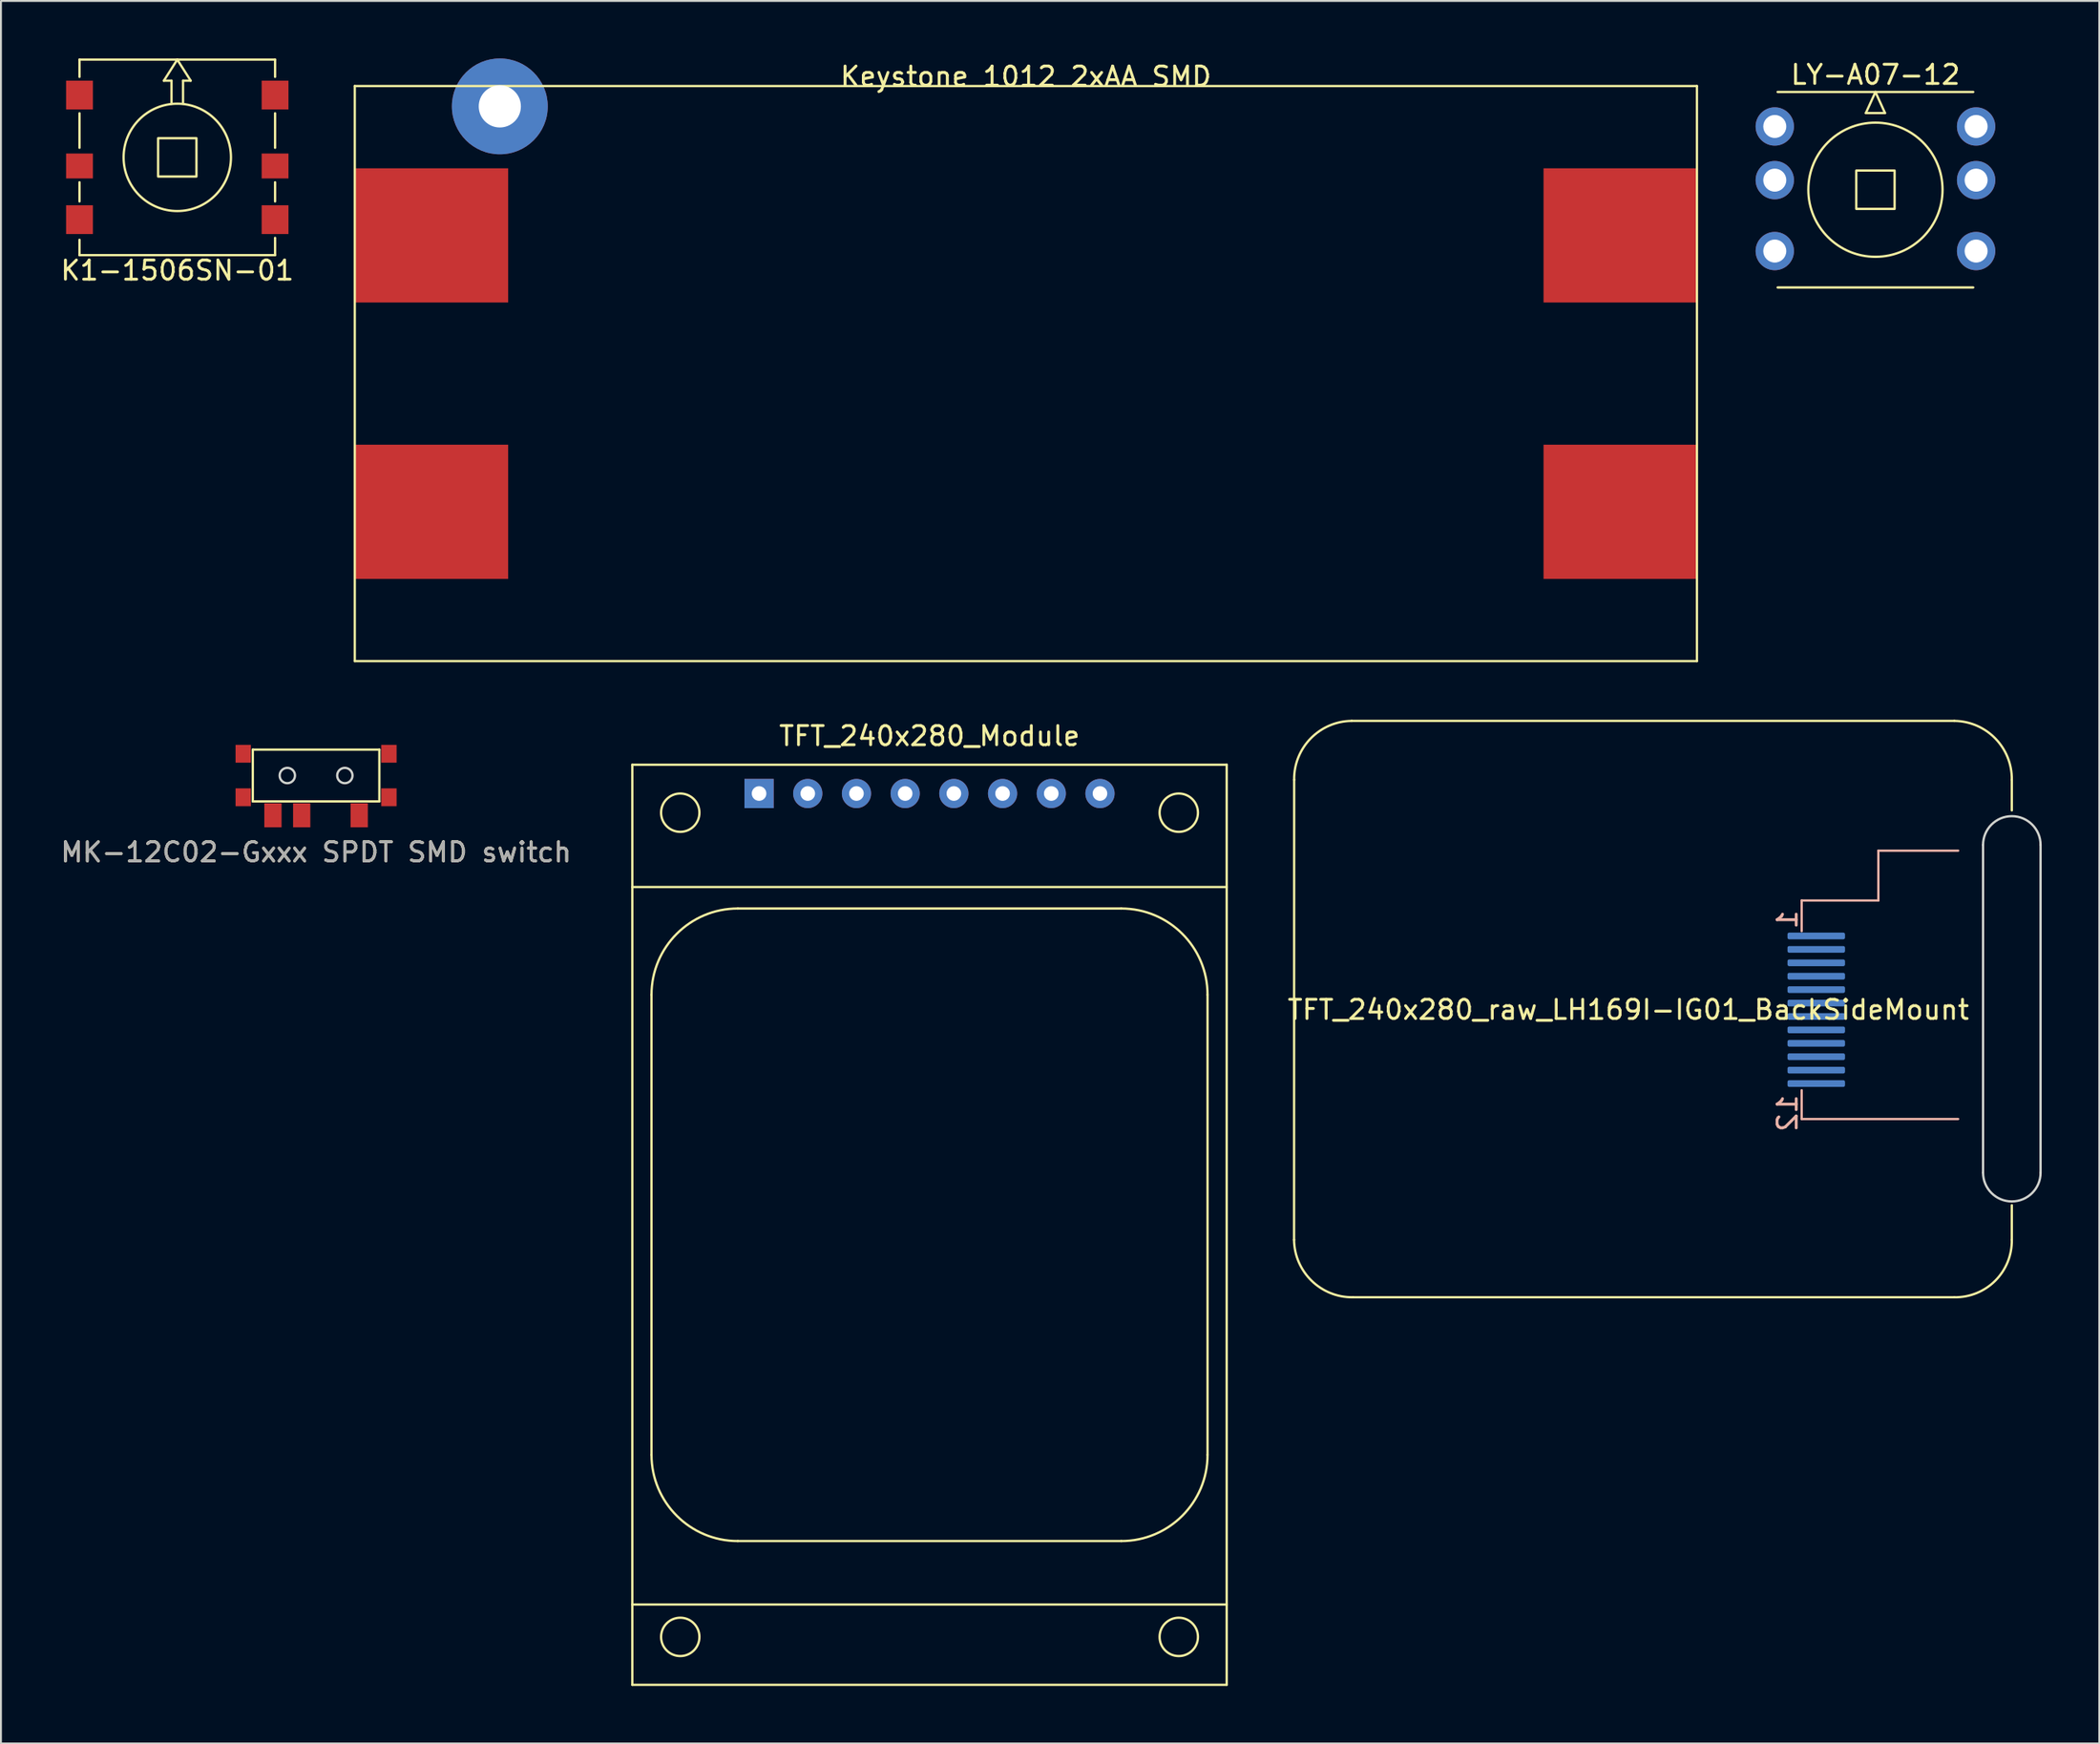
<source format=kicad_pcb>
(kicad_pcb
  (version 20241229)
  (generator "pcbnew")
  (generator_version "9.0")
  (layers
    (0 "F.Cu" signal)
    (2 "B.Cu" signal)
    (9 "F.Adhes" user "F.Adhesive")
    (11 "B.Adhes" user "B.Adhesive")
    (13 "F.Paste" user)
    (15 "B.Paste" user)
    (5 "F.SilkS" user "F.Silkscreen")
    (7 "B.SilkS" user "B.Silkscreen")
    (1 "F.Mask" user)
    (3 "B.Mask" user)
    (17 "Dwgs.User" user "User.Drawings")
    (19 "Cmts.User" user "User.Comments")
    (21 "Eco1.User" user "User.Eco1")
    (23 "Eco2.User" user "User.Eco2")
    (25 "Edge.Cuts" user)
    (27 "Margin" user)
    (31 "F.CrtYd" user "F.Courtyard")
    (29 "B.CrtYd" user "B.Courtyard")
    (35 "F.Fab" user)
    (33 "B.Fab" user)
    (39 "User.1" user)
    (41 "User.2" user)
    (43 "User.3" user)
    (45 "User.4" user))
  (footprint "K1-1506SN-01"
    (layer "F.Cu")
    (at 6.196 5.16)
    (property "Reference" "K1-1506SN-01" (at 0 5.9 0) (unlocked yes) (layer "F.SilkS") (effects (font (size 1 1) (thickness 0.15))))
    (attr smd)
    (fp_line (start -5.1 -5.1) (end 5.1 -5.1) (stroke (width 0.12) (type solid)) (layer "F.SilkS"))
    (fp_line (start -5.1 -4.2) (end -5.1 -5.1) (stroke (width 0.12) (type solid)) (layer "F.SilkS"))
    (fp_line (start -5.1 -0.5) (end -5.1 -2.3) (stroke (width 0.12) (type solid)) (layer "F.SilkS"))
    (fp_line (start -5.1 2.3) (end -5.1 1.3) (stroke (width 0.12) (type solid)) (layer "F.SilkS"))
    (fp_line (start -5.1 5.1) (end -5.1 4.3) (stroke (width 0.12) (type solid)) (layer "F.SilkS"))
    (fp_line (start -0.7 -4) (end -0.3 -4) (stroke (width 0.12) (type solid)) (layer "F.SilkS"))
    (fp_line (start -0.3 -4) (end -0.3 -2.8) (stroke (width 0.12) (type solid)) (layer "F.SilkS"))
    (fp_line (start 0 -5.1) (end -0.7 -4) (stroke (width 0.12) (type solid)) (layer "F.SilkS"))
    (fp_line (start 0 -5.1) (end 0.7 -4) (stroke (width 0.12) (type solid)) (layer "F.SilkS"))
    (fp_line (start 0.3 -4) (end 0.3 -2.8) (stroke (width 0.12) (type solid)) (layer "F.SilkS"))
    (fp_line (start 0.7 -4) (end 0.3 -4) (stroke (width 0.12) (type solid)) (layer "F.SilkS"))
    (fp_line (start 5.1 -5.1) (end 5.1 -4.2) (stroke (width 0.12) (type solid)) (layer "F.SilkS"))
    (fp_line (start 5.1 -2.3) (end 5.1 -0.5) (stroke (width 0.12) (type solid)) (layer "F.SilkS"))
    (fp_line (start 5.1 1.3) (end 5.1 2.3) (stroke (width 0.12) (type solid)) (layer "F.SilkS"))
    (fp_line (start 5.1 4.2) (end 5.1 5.1) (stroke (width 0.12) (type solid)) (layer "F.SilkS"))
    (fp_line (start 5.1 5.1) (end -5.1 5.1) (stroke (width 0.12) (type solid)) (layer "F.SilkS"))
    (fp_rect (start -1 -1) (end 1 1) (stroke (width 0.12) (type solid)) (fill no) (layer "F.SilkS"))
    (fp_circle (center 0 0) (end 0 -2.8) (stroke (width 0.12) (type solid)) (fill no) (layer "F.SilkS"))
    (pad "1" smd rect (at -5.1 -3.25) (size 1.4 1.5) (layers "F.Cu" "F.Mask" "F.Paste"))
    (pad "2" smd rect (at -5.1 0.45) (size 1.4 1.3) (layers "F.Cu" "F.Mask" "F.Paste"))
    (pad "3" smd rect (at -5.1 3.25) (size 1.4 1.5) (layers "F.Cu" "F.Mask" "F.Paste"))
    (pad "4" smd rect (at 5.1 3.25) (size 1.4 1.5) (layers "F.Cu" "F.Mask" "F.Paste"))
    (pad "5" smd rect (at 5.1 0.45) (size 1.4 1.3) (layers "F.Cu" "F.Mask" "F.Paste"))
    (pad "6" smd rect (at 5.1 -3.25) (size 1.4 1.5) (layers "F.Cu" "F.Mask" "F.Paste")))
  (footprint "TFT_240x280_raw_LH169I-IG01_BackSideMount"
    (layer "F.Cu")
    (at 81.876 49.63)
    (property "Reference" "TFT_240x280_raw_LH169I-IG01_BackSideMount" (at 0 0 0) (unlocked yes) (layer "F.SilkS") (effects (font (size 1 1) (thickness 0.15))))
    (attr smd)
    (fp_line (start -17.43 -12) (end -17.435 12) (stroke (width 0.12) (type solid)) (layer "F.SilkS"))
    (fp_line (start 17 -15.07) (end -14.43 -15.07) (stroke (width 0.12) (type solid)) (layer "F.SilkS"))
    (fp_line (start 17 15) (end -14.365 15) (stroke (width 0.12) (type solid)) (layer "F.SilkS"))
    (fp_line (start 20 -12) (end 20 -10.4) (stroke (width 0.12) (type solid)) (layer "F.SilkS"))
    (fp_line (start 20 12) (end 20 10.2) (stroke (width 0.12) (type solid)) (layer "F.SilkS"))
    (fp_arc (start -17.43 -12) (mid -16.565818 -14.15632) (end -14.43 -15.07) (stroke (width 0.12) (type solid)) (layer "F.SilkS"))
    (fp_arc (start -14.365 15) (mid -16.52132 14.135818) (end -17.435 12) (stroke (width 0.12) (type solid)) (layer "F.SilkS"))
    (fp_arc (start 17 -15.07) (mid 19.135818 -14.15632) (end 20 -12) (stroke (width 0.12) (type solid)) (layer "F.SilkS"))
    (fp_arc (start 20 12) (mid 19.13594 14.13594) (end 17 15) (stroke (width 0.12) (type solid)) (layer "F.SilkS"))
    (fp_line (start 9.04 -5.7) (end 13.04 -5.7) (stroke (width 0.12) (type solid)) (layer "B.SilkS"))
    (fp_line (start 9.04 -4.1) (end 9.04 -5.7) (stroke (width 0.12) (type solid)) (layer "B.SilkS"))
    (fp_line (start 9.04 4.2) (end 9.04 5.7) (stroke (width 0.12) (type solid)) (layer "B.SilkS"))
    (fp_line (start 9.04 5.7) (end 17.2 5.7) (stroke (width 0.12) (type solid)) (layer "B.SilkS"))
    (fp_line (start 13.04 -8.3) (end 13.04 -5.7) (stroke (width 0.12) (type solid)) (layer "B.SilkS"))
    (fp_line (start 13.04 -8.3) (end 17.2 -8.3) (stroke (width 0.12) (type solid)) (layer "B.SilkS"))
    (fp_line (start 18.5 8.5) (end 18.5 -8.6) (stroke (width 0.12) (type solid)) (layer "Edge.Cuts"))
    (fp_line (start 21.5 -8.6) (end 21.5 8.5) (stroke (width 0.12) (type solid)) (layer "Edge.Cuts"))
    (fp_arc (start 18.5 -8.6) (mid 20 -10.1) (end 21.5 -8.6) (stroke (width 0.12) (type solid)) (layer "Edge.Cuts"))
    (fp_arc (start 21.5 8.5) (mid 20 10) (end 18.5 8.5) (stroke (width 0.12) (type solid)) (layer "Edge.Cuts"))
    (fp_line (start -17.43 -0.035) (end 17.4 -0.035) (stroke (width 0.12) (type solid)) (layer "User.1"))
    (fp_line (start -0.015 -15.035) (end -0.015 14.965) (stroke (width 0.12) (type solid)) (layer "User.1"))
    (fp_line (start 17.4 -14.935) (end 17.4 14.865) (stroke (width 0.12) (type solid)) (layer "User.1"))
    (fp_line (start 20 -12) (end 20 12) (stroke (width 0.12) (type solid)) (layer "User.1"))
    (fp_text user "12" (at 8.3 5.4 90) (unlocked yes) (layer "B.SilkS") (effects (font (size 1 1) (thickness 0.15)) (justify mirror)))
    (fp_text user "1" (at 8.3 -4.7 90) (unlocked yes) (layer "B.SilkS") (effects (font (size 1 1) (thickness 0.15)) (justify mirror)))
    (pad "1" smd roundrect (at 9.8 -3.85) (size 3 0.35) (layers "B.Cu" "B.Mask" "B.Paste") (roundrect_rratio 0.25))
    (pad "2" smd roundrect (at 9.8 -3.15) (size 3 0.35) (layers "B.Cu" "B.Mask" "B.Paste") (roundrect_rratio 0.25))
    (pad "3" smd roundrect (at 9.8 -2.45) (size 3 0.35) (layers "B.Cu" "B.Mask" "B.Paste") (roundrect_rratio 0.25))
    (pad "4" smd roundrect (at 9.8 -1.75) (size 3 0.35) (layers "B.Cu" "B.Mask" "B.Paste") (roundrect_rratio 0.25))
    (pad "5" smd roundrect (at 9.8 -1.05) (size 3 0.35) (layers "B.Cu" "B.Mask" "B.Paste") (roundrect_rratio 0.25))
    (pad "6" smd roundrect (at 9.8 -0.35) (size 3 0.35) (layers "B.Cu" "B.Mask" "B.Paste") (roundrect_rratio 0.25))
    (pad "7" smd roundrect (at 9.8 0.35) (size 3 0.35) (layers "B.Cu" "B.Mask" "B.Paste") (roundrect_rratio 0.25))
    (pad "8" smd roundrect (at 9.8 1.05) (size 3 0.35) (layers "B.Cu" "B.Mask" "B.Paste") (roundrect_rratio 0.25))
    (pad "9" smd roundrect (at 9.8 1.75) (size 3 0.35) (layers "B.Cu" "B.Mask" "B.Paste") (roundrect_rratio 0.25))
    (pad "10" smd roundrect (at 9.8 2.45) (size 3 0.35) (layers "B.Cu" "B.Mask" "B.Paste") (roundrect_rratio 0.25))
    (pad "11" smd roundrect (at 9.8 3.15) (size 3 0.35) (layers "B.Cu" "B.Mask" "B.Paste") (roundrect_rratio 0.25))
    (pad "12" smd roundrect (at 9.8 3.85) (size 3 0.35) (layers "B.Cu" "B.Mask" "B.Paste") (roundrect_rratio 0.25)))
  (footprint "TFT_240x280_Module"
    (layer "F.Cu")
    (at 45.429 38.348)
    (property "Reference" "TFT_240x280_Module" (at 0 -3 0) (unlocked yes) (layer "F.SilkS") (effects (font (size 1 1) (thickness 0.15))))
    (attr through_hole)
    (fp_line (start -15.5 -1.5) (end -15.5 46.5) (stroke (width 0.12) (type solid)) (layer "F.SilkS"))
    (fp_line (start -15.5 -1.5) (end 15.5 -1.5) (stroke (width 0.12) (type solid)) (layer "F.SilkS"))
    (fp_line (start -15.5 4.88) (end 15.5 4.88) (stroke (width 0.12) (type solid)) (layer "F.SilkS"))
    (fp_line (start -15.5 42.31) (end 15.5 42.31) (stroke (width 0.12) (type solid)) (layer "F.SilkS"))
    (fp_line (start -15.5 46.5) (end 15.5 46.5) (stroke (width 0.12) (type solid)) (layer "F.SilkS"))
    (fp_line (start -14.5 34.5) (end -14.5 10.5) (stroke (width 0.12) (type solid)) (layer "F.SilkS"))
    (fp_line (start -10 6) (end 10 6) (stroke (width 0.12) (type solid)) (layer "F.SilkS"))
    (fp_line (start 10 39) (end -10 39) (stroke (width 0.12) (type solid)) (layer "F.SilkS"))
    (fp_line (start 14.5 10.5) (end 14.5 34.5) (stroke (width 0.12) (type solid)) (layer "F.SilkS"))
    (fp_line (start 15.5 -1.5) (end 15.5 46.5) (stroke (width 0.12) (type solid)) (layer "F.SilkS"))
    (fp_arc (start -14.5 10.5) (mid -13.181981 7.318019) (end -10 6) (stroke (width 0.12) (type solid)) (layer "F.SilkS"))
    (fp_arc (start -10 39) (mid -13.181981 37.681981) (end -14.5 34.5) (stroke (width 0.12) (type solid)) (layer "F.SilkS"))
    (fp_arc (start 10 6) (mid 13.181981 7.318019) (end 14.5 10.5) (stroke (width 0.12) (type solid)) (layer "F.SilkS"))
    (fp_arc (start 14.5 34.5) (mid 13.181981 37.681981) (end 10 39) (stroke (width 0.12) (type solid)) (layer "F.SilkS"))
    (fp_circle (center -13 1) (end -12 1) (stroke (width 0.12) (type solid)) (fill no) (layer "F.SilkS"))
    (fp_circle (center -13 44) (end -12 44) (stroke (width 0.12) (type solid)) (fill no) (layer "F.SilkS"))
    (fp_circle (center 13 1) (end 14 1) (stroke (width 0.12) (type solid)) (fill no) (layer "F.SilkS"))
    (fp_circle (center 13 44) (end 14 44) (stroke (width 0.12) (type solid)) (fill no) (layer "F.SilkS"))
    (pad "1" thru_hole rect (at -8.89 0) (size 1.524 1.524) (drill 0.762) (layers "*.Cu" "*.Mask"))
    (pad "2" thru_hole circle (at -6.35 0) (size 1.524 1.524) (drill 0.762) (layers "*.Cu" "*.Mask"))
    (pad "3" thru_hole circle (at -3.81 0) (size 1.524 1.524) (drill 0.762) (layers "*.Cu" "*.Mask"))
    (pad "4" thru_hole circle (at -1.27 0) (size 1.524 1.524) (drill 0.762) (layers "*.Cu" "*.Mask"))
    (pad "5" thru_hole circle (at 1.27 0) (size 1.524 1.524) (drill 0.762) (layers "*.Cu" "*.Mask"))
    (pad "6" thru_hole circle (at 3.81 0) (size 1.524 1.524) (drill 0.762) (layers "*.Cu" "*.Mask"))
    (pad "7" thru_hole circle (at 6.35 0) (size 1.524 1.524) (drill 0.762) (layers "*.Cu" "*.Mask"))
    (pad "8" thru_hole circle (at 8.89 0) (size 1.524 1.524) (drill 0.762) (layers "*.Cu" "*.Mask")))
  (footprint "LY-A07-12"
    (layer "F.Cu")
    (at 94.763 6.848)
    (property "Reference" "LY-A07-12" (at 0 -6 0) (unlocked yes) (layer "F.SilkS") (effects (font (size 1 1) (thickness 0.15))))
    (attr through_hole)
    (fp_line (start -5.1 -5.1) (end 5.1 -5.1) (stroke (width 0.12) (type solid)) (layer "F.SilkS"))
    (fp_line (start -0.5 -4) (end 0.5 -4) (stroke (width 0.12) (type solid)) (layer "F.SilkS"))
    (fp_line (start 0 -5.1) (end -0.5 -4) (stroke (width 0.12) (type solid)) (layer "F.SilkS"))
    (fp_line (start 0.5 -4) (end 0 -5.1) (stroke (width 0.12) (type solid)) (layer "F.SilkS"))
    (fp_line (start 5.1 5.1) (end -5.1 5.1) (stroke (width 0.12) (type solid)) (layer "F.SilkS"))
    (fp_rect (start -1 -1) (end 1 1) (stroke (width 0.12) (type solid)) (fill no) (layer "F.SilkS"))
    (fp_circle (center 0 0) (end 3.5 0) (stroke (width 0.12) (type solid)) (fill no) (layer "F.SilkS"))
    (pad "1" thru_hole circle (at -5.25 -3.3) (size 2 2) (drill 1.2) (layers "*.Cu" "*.Mask"))
    (pad "2" thru_hole circle (at -5.25 -0.5) (size 2 2) (drill 1.2) (layers "*.Cu" "*.Mask"))
    (pad "3" thru_hole circle (at -5.25 3.2) (size 2 2) (drill 1.2) (layers "*.Cu" "*.Mask"))
    (pad "4" thru_hole circle (at 5.25 -3.3) (size 2 2) (drill 1.2) (layers "*.Cu" "*.Mask"))
    (pad "5" thru_hole circle (at 5.25 -0.5) (size 2 2) (drill 1.2) (layers "*.Cu" "*.Mask"))
    (pad "6" thru_hole circle (at 5.25 3.2) (size 2 2) (drill 1.2) (layers "*.Cu" "*.Mask")))
  (footprint "Keystone 1012 2xAA SMD"
    (layer "F.Cu")
    (at 50.453 16.44)
    (property "Reference" "Keystone 1012 2xAA SMD" (at 0 -15.5 0) (unlocked yes) (layer "F.SilkS") (effects (font (size 1 1) (thickness 0.15))))
    (attr smd)
    (fp_line (start -35 -15) (end -35 15) (stroke (width 0.12) (type solid)) (layer "F.SilkS"))
    (fp_line (start -35 15) (end 35 15) (stroke (width 0.12) (type solid)) (layer "F.SilkS"))
    (fp_line (start 35 -15) (end -35 -15) (stroke (width 0.12) (type solid)) (layer "F.SilkS"))
    (fp_line (start 35 15) (end 35 -15) (stroke (width 0.12) (type solid)) (layer "F.SilkS"))
    (pad "" np_thru_hole circle (at -27.435 -13.94) (size 5 5) (drill 2.2) (layers "*.Cu" "*.Mask"))
    (pad "1" smd rect (at 31 -7.21) (size 8 7) (layers "F.Cu" "F.Mask" "F.Paste"))
    (pad "2" smd rect (at -31 -7.21) (size 8 7) (layers "F.Cu" "F.Mask" "F.Paste"))
    (pad "3" smd rect (at -31 7.21) (size 8 7) (layers "F.Cu" "F.Mask" "F.Paste"))
    (pad "4" smd rect (at 31 7.21) (size 8 7) (layers "F.Cu" "F.Mask" "F.Paste")))
  (footprint "MK-12C02-Gxxx SPDT SMD switch"
    (layer "F.Cu")
    (at 13.435 37.41)
    (property "Reference" "MK-12C02-Gxxx SPDT SMD switch" (at 0 4 0) (unlocked yes) (layer "F.SilkS") (effects (font (size 1 1) (thickness 0.15))))
    (attr smd)
    (fp_line (start -3.3 -1.35) (end -3.3 1.35) (stroke (width 0.12) (type solid)) (layer "F.SilkS"))
    (fp_line (start -3.3 1.35) (end 3.3 1.35) (stroke (width 0.12) (type solid)) (layer "F.SilkS"))
    (fp_line (start 3.3 -1.35) (end -3.3 -1.35) (stroke (width 0.12) (type solid)) (layer "F.SilkS"))
    (fp_line (start 3.3 -1.35) (end 3.3 1.35) (stroke (width 0.12) (type solid)) (layer "F.SilkS"))
    (fp_circle (center -1.5 0) (end -1.1 0) (stroke (width 0.12) (type solid)) (fill no) (layer "Edge.Cuts"))
    (fp_circle (center 1.5 0) (end 1.9 0) (stroke (width 0.12) (type solid)) (fill no) (layer "Edge.Cuts"))
    (fp_line (start -1.4 -2.85) (end -1.4 -1.3) (stroke (width 0.05) (type solid)) (layer "User.1"))
    (fp_line (start -1.4 -2.85) (end 1.4 -2.85) (stroke (width 0.05) (type solid)) (layer "User.1"))
    (fp_line (start 0.1 -2.85) (end 0.1 -1.3) (stroke (width 0.12) (type solid)) (layer "User.1"))
    (fp_line (start 0.1 -2.85) (end 1.4 -2.85) (stroke (width 0.12) (type solid)) (layer "User.1"))
    (fp_line (start 0.1 -2.7) (end 1.4 -2.7) (stroke (width 0.12) (type solid)) (layer "User.1"))
    (fp_line (start 0.1 -2.6) (end 1.4 -2.6) (stroke (width 0.12) (type solid)) (layer "User.1"))
    (fp_line (start 0.1 -2.5) (end 1.4 -2.5) (stroke (width 0.12) (type solid)) (layer "User.1"))
    (fp_line (start 1.4 -2.85) (end 1.4 -1.3) (stroke (width 0.05) (type solid)) (layer "User.1"))
    (fp_line (start 1.4 -2.85) (end 1.4 -1.3) (stroke (width 0.12) (type solid)) (layer "User.1"))
    (fp_text user "${REFERENCE}" (at 0 4 0) (unlocked yes) (layer "F.Fab") (effects (font (size 1 1) (thickness 0.15))))
    (pad "" smd rect (at -3.8 -1.135) (size 0.8 0.93) (layers "F.Cu" "F.Mask" "F.Paste"))
    (pad "" smd rect (at -3.8 1.135) (size 0.8 0.93) (layers "F.Cu" "F.Mask" "F.Paste"))
    (pad "" smd rect (at 3.8 -1.135) (size 0.8 0.93) (layers "F.Cu" "F.Mask" "F.Paste"))
    (pad "" smd rect (at 3.8 1.135) (size 0.8 0.93) (layers "F.Cu" "F.Mask" "F.Paste"))
    (pad "1" smd rect (at -2.25 2.075) (size 0.9 1.25) (layers "F.Cu" "F.Mask" "F.Paste"))
    (pad "2" smd rect (at -0.75 2.075) (size 0.9 1.25) (layers "F.Cu" "F.Mask" "F.Paste"))
    (pad "3" smd rect (at 2.25 2.075) (size 0.9 1.25) (layers "F.Cu" "F.Mask" "F.Paste")))
  (gr_rect
    (start -3 -3)
    (end 106.436 87.908)
    (stroke (width 0.1) (type default))
    (fill no)
    (layer "Edge.Cuts")))
</source>
